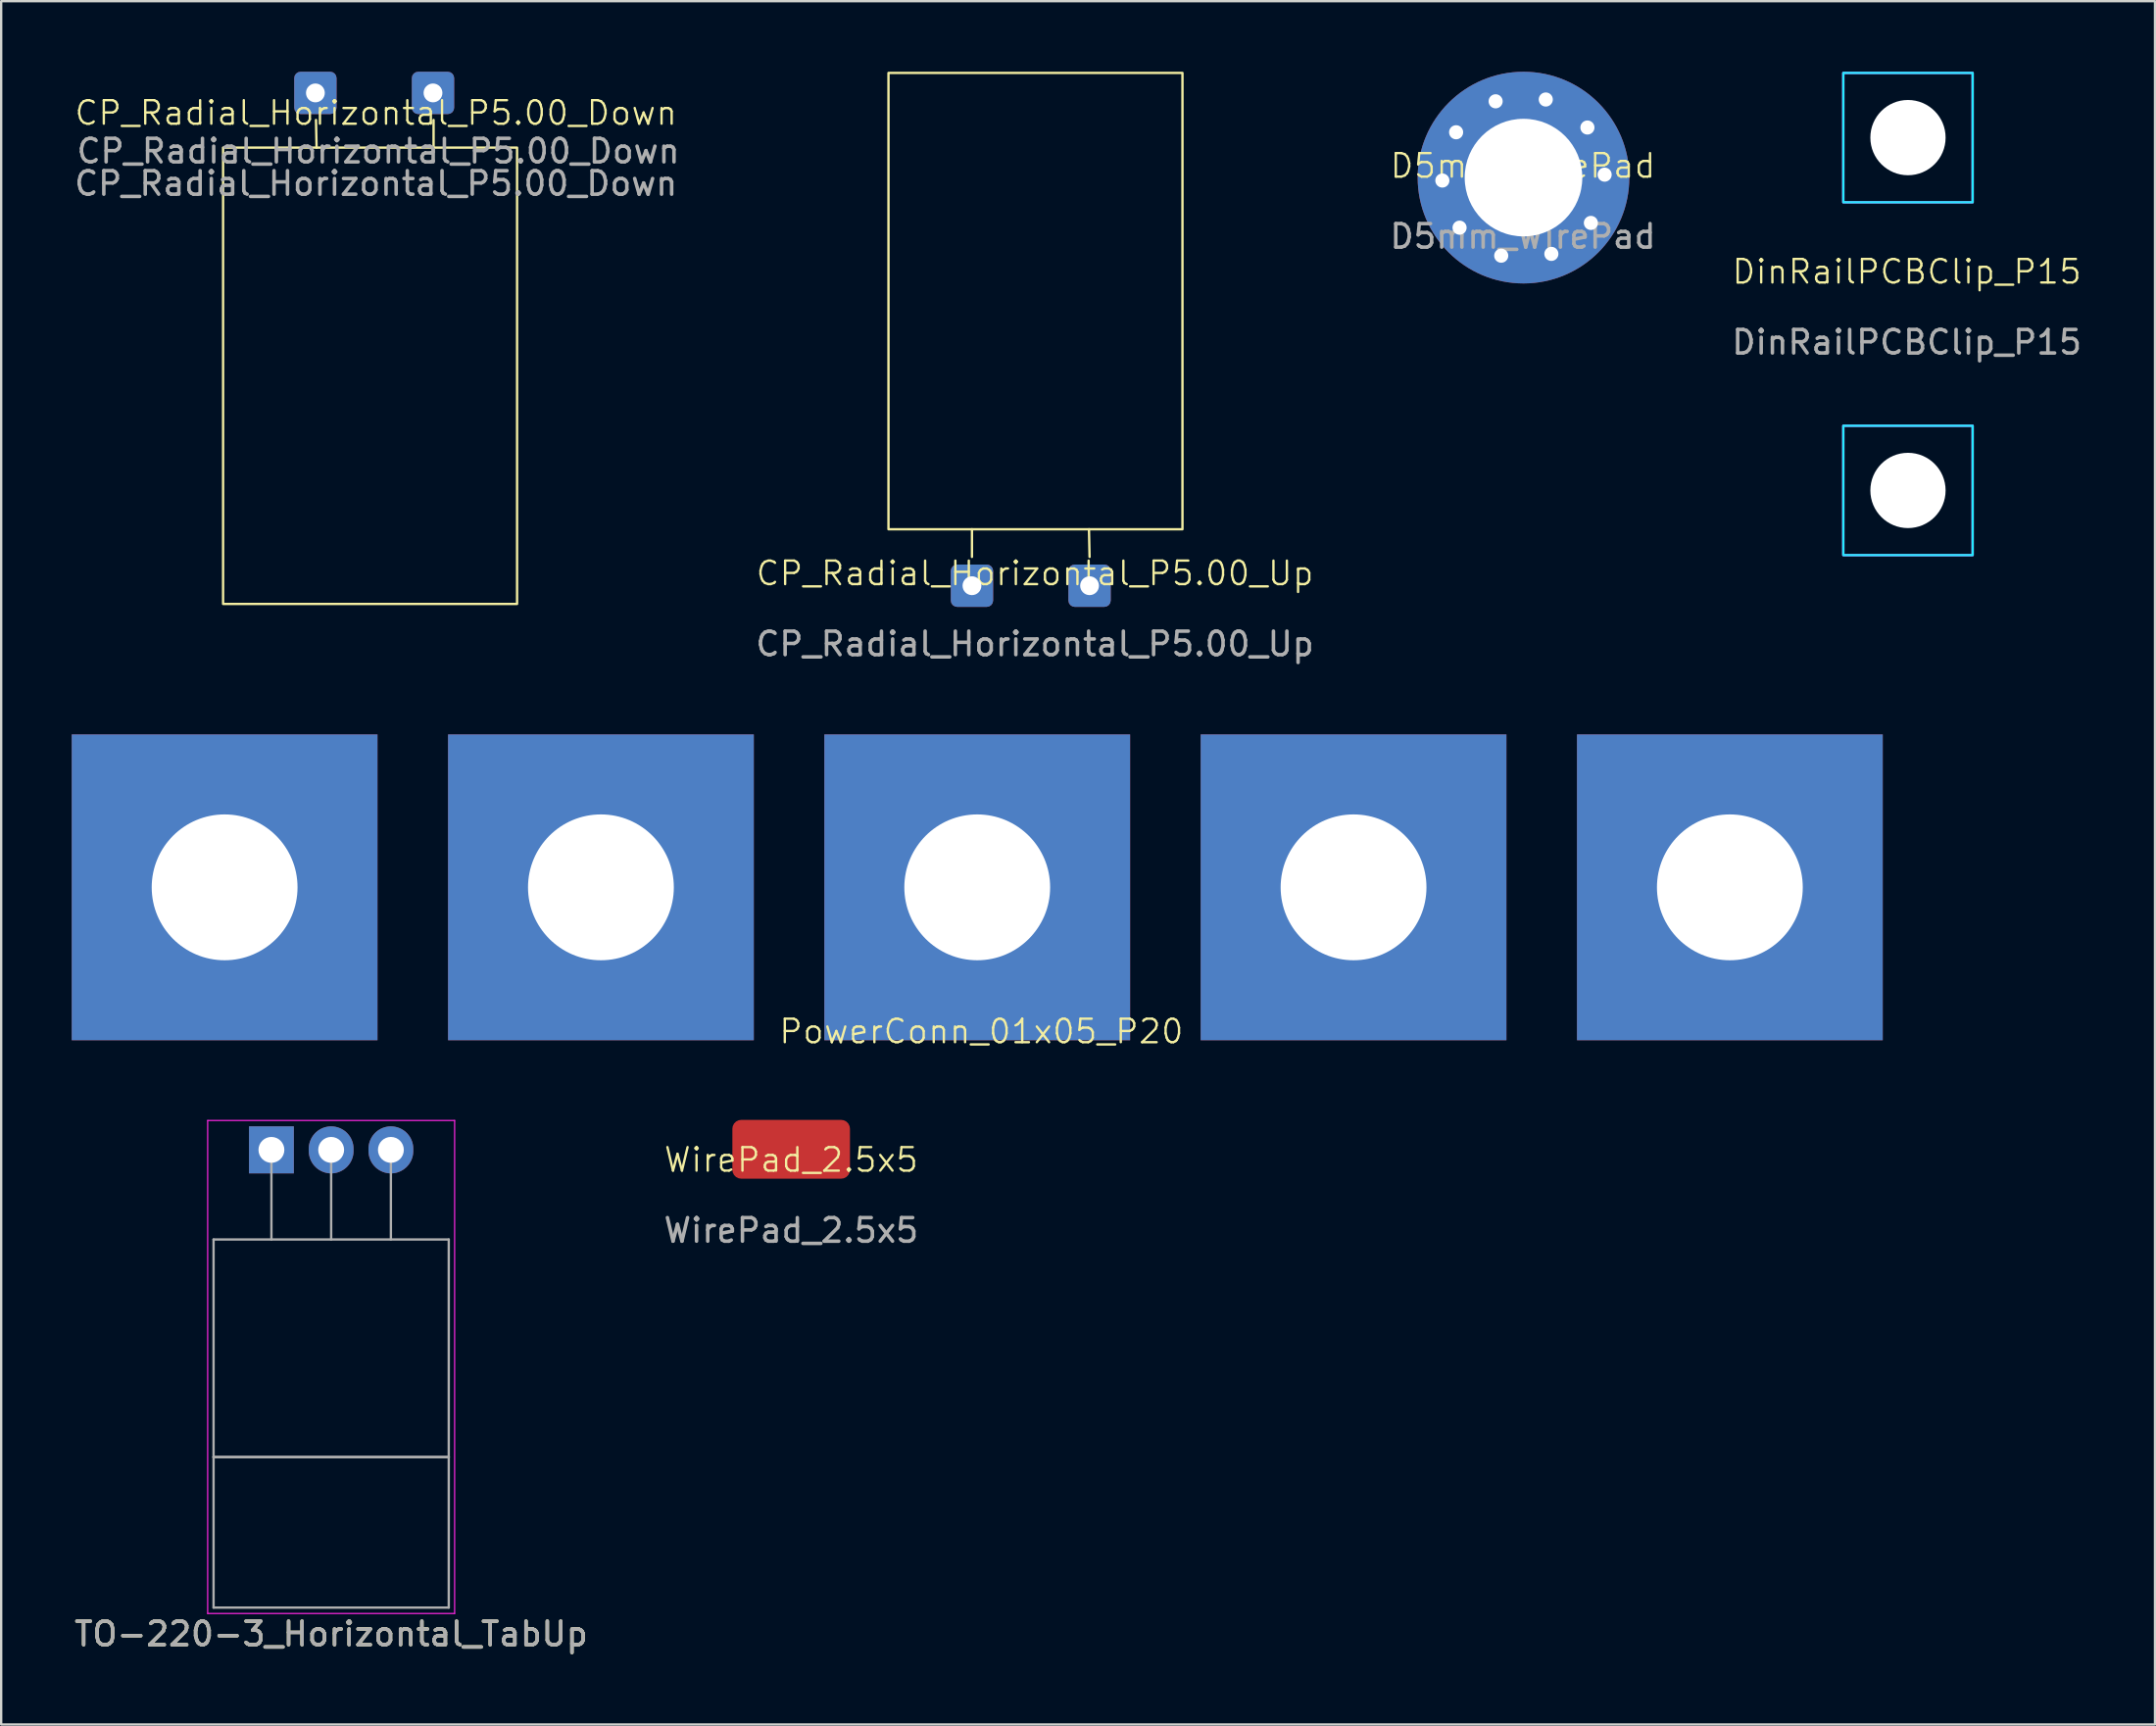
<source format=kicad_pcb>
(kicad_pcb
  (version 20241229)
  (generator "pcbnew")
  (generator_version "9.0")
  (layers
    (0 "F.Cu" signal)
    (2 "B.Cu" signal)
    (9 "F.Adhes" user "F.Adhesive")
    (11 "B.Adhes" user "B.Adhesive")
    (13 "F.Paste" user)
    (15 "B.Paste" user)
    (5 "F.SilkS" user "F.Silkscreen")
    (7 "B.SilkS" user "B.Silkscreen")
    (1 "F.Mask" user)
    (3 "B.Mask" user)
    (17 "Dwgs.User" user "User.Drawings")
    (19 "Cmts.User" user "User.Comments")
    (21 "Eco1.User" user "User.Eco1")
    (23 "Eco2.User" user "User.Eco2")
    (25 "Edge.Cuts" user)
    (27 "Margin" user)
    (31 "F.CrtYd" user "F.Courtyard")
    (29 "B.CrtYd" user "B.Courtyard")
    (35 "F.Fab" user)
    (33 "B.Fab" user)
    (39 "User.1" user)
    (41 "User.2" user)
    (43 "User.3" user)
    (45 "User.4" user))
  (footprint "DinRailPCBClip_P15"
    (layer "F.Cu")
    (at 78.023 9)
    (property "Reference" "DinRailPCBClip_P15" (at 0 -0.5 0) (unlocked yes) (layer "F.SilkS") (effects (font (size 1 1) (thickness 0.1))))
    (attr smd)
    (fp_rect (start -2.7 -8.95) (end 2.8 -3.45) (stroke (width 0.1) (type solid)) (fill no) (layer "B.CrtYd"))
    (fp_rect (start -2.7 6.05) (end 2.8 11.55) (stroke (width 0.1) (type solid)) (fill no) (layer "B.CrtYd"))
    (fp_rect (start -2.7 -8.95) (end 2.8 -3.45) (stroke (width 0.1) (type solid)) (fill no) (layer "F.CrtYd"))
    (fp_rect (start -2.7 6.05) (end 2.8 11.55) (stroke (width 0.1) (type solid)) (fill no) (layer "F.CrtYd"))
    (fp_text user "${REFERENCE}" (at 0 2.5 0) (unlocked yes) (layer "F.Fab") (effects (font (size 1 1) (thickness 0.15))))
    (pad "" np_thru_hole circle (at 0.05 -6.2) (size 3.2 3.2) (drill 3.2) (layers "*.Cu" "*.Mask"))
    (pad "" np_thru_hole circle (at 0.05 8.8) (size 3.2 3.2) (drill 3.2) (layers "*.Cu" "*.Mask")))
  (footprint "TO-220-3_Horizontal_TabUp"
    (layer "F.Cu")
    (at 8.49 45.834)
    (property "Reference" "TO-220-3_Horizontal_TabUp" (at 2.54 20.58 0) (layer "F.SilkS") (effects (font (size 1 1) (thickness 0.15))))
    (attr through_hole)
    (fp_line (start -2.71 -1.25) (end -2.71 19.71) (stroke (width 0.05) (type solid)) (layer "F.CrtYd"))
    (fp_line (start -2.71 19.71) (end 7.79 19.71) (stroke (width 0.05) (type solid)) (layer "F.CrtYd"))
    (fp_line (start 7.79 -1.25) (end -2.71 -1.25) (stroke (width 0.05) (type solid)) (layer "F.CrtYd"))
    (fp_line (start 7.79 19.71) (end 7.79 -1.25) (stroke (width 0.05) (type solid)) (layer "F.CrtYd"))
    (fp_line (start -2.46 3.81) (end -2.46 13.06) (stroke (width 0.1) (type solid)) (layer "F.Fab"))
    (fp_line (start -2.46 13.06) (end -2.46 19.46) (stroke (width 0.1) (type solid)) (layer "F.Fab"))
    (fp_line (start -2.46 13.06) (end 7.54 13.06) (stroke (width 0.1) (type solid)) (layer "F.Fab"))
    (fp_line (start -2.46 19.46) (end 7.54 19.46) (stroke (width 0.1) (type solid)) (layer "F.Fab"))
    (fp_line (start 0 3.81) (end 0 0) (stroke (width 0.1) (type solid)) (layer "F.Fab"))
    (fp_line (start 2.54 3.81) (end 2.54 0) (stroke (width 0.1) (type solid)) (layer "F.Fab"))
    (fp_line (start 5.08 3.81) (end 5.08 0) (stroke (width 0.1) (type solid)) (layer "F.Fab"))
    (fp_line (start 7.54 3.81) (end -2.46 3.81) (stroke (width 0.1) (type solid)) (layer "F.Fab"))
    (fp_line (start 7.54 13.06) (end -2.46 13.06) (stroke (width 0.1) (type solid)) (layer "F.Fab"))
    (fp_line (start 7.54 13.06) (end 7.54 3.81) (stroke (width 0.1) (type solid)) (layer "F.Fab"))
    (fp_line (start 7.54 19.46) (end 7.54 13.06) (stroke (width 0.1) (type solid)) (layer "F.Fab"))
    (fp_text user "${REFERENCE}" (at 2.54 20.58 0) (layer "F.Fab") (effects (font (size 1 1) (thickness 0.15))))
    (pad "1" thru_hole rect (at 0 0) (size 1.905 2) (drill 1.1) (layers "*.Cu" "*.Mask"))
    (pad "2" thru_hole oval (at 2.54 0) (size 1.905 2) (drill 1.1) (layers "*.Cu" "*.Mask"))
    (pad "3" thru_hole oval (at 5.08 0) (size 1.905 2) (drill 1.1) (layers "*.Cu" "*.Mask")))
  (footprint "WirePad_2.5x5"
    (layer "F.Cu")
    (at 30.589 46.759)
    (property "Reference" "WirePad_2.5x5" (at 0 -0.5 0) (unlocked yes) (layer "F.SilkS") (effects (font (size 1 1) (thickness 0.1))))
    (attr smd)
    (fp_text user "${REFERENCE}" (at 0 2.5 0) (unlocked yes) (layer "F.Fab") (effects (font (size 1 1) (thickness 0.15))))
    (pad "1" smd roundrect (at 0 -0.95 90) (size 2.5 5) (layers "F.Cu" "F.Mask" "F.Paste") (roundrect_rratio 0.15)))
  (footprint "D5mm_WirePad"
    (layer "F.Cu")
    (at 61.701 4.5)
    (property "Reference" "D5mm_WirePad" (at 0 -0.5 0) (unlocked yes) (layer "F.SilkS") (effects (font (size 1 1) (thickness 0.1))))
    (attr smd)
    (fp_text user "${REFERENCE}" (at 0 2.5 0) (unlocked yes) (layer "F.Fab") (effects (font (size 1 1) (thickness 0.15))))
    (pad "1" thru_hole circle (at -3.425 0.125) (size 1.2 1.2) (drill 0.6) (layers "*.Cu" "*.Mask"))
    (pad "1" thru_hole circle (at -2.84 -1.927) (size 1.2 1.2) (drill 0.6) (layers "*.Cu" "*.Mask"))
    (pad "1" thru_hole circle (at -2.693 2.129) (size 1.2 1.2) (drill 0.6) (layers "*.Cu" "*.Mask"))
    (pad "1" thru_hole circle (at -1.16 -3.243) (size 1.2 1.2) (drill 0.6) (layers "*.Cu" "*.Mask"))
    (pad "1" thru_hole circle (at -0.922 3.32) (size 1.2 1.2) (drill 0.6) (layers "*.Cu" "*.Mask"))
    (pad "1" thru_hole circle (at 0.025 0) (size 9 9) (drill 5) (layers "*.Cu" "*.Mask"))
    (pad "1" thru_hole circle (at 0.972 -3.32) (size 1.2 1.2) (drill 0.6) (layers "*.Cu" "*.Mask"))
    (pad "1" thru_hole circle (at 1.21 3.243) (size 1.2 1.2) (drill 0.6) (layers "*.Cu" "*.Mask"))
    (pad "1" thru_hole circle (at 2.743 -2.129) (size 1.2 1.2) (drill 0.6) (layers "*.Cu" "*.Mask"))
    (pad "1" thru_hole circle (at 2.89 1.927) (size 1.2 1.2) (drill 0.6) (layers "*.Cu" "*.Mask"))
    (pad "1" thru_hole circle (at 3.475 -0.125) (size 1.2 1.2) (drill 0.6) (layers "*.Cu" "*.Mask")))
  (footprint "PowerConn_01x05_P20"
    (layer "F.Cu")
    (at 38.675 41.298)
    (property "Reference" "PowerConn_01x05_P20" (at 0 -0.5 0) (unlocked yes) (layer "F.SilkS") (effects (font (size 1 1) (thickness 0.1))))
    (attr smd)
    (pad "1" thru_hole rect (at -32.175 -6.625) (size 13 13) (drill 6.2) (layers "*.Cu" "*.Mask"))
    (pad "2" thru_hole rect (at -16.175 -6.625) (size 13 13) (drill 6.2) (layers "*.Cu" "*.Mask"))
    (pad "3" thru_hole rect (at -0.175 -6.625) (size 13 13) (drill 6.2) (layers "*.Cu" "*.Mask"))
    (pad "4" thru_hole rect (at 15.825 -6.625) (size 13 13) (drill 6.2) (layers "*.Cu" "*.Mask"))
    (pad "5" thru_hole rect (at 31.825 -6.625) (size 13 13) (drill 6.2) (layers "*.Cu" "*.Mask")))
  (footprint "CP_Radial_Horizontal_P5.00_Down"
    (layer "F.Cu")
    (at 12.935 2.25)
    (property "Reference" "CP_Radial_Horizontal_P5.00_Down" (at 0 -0.5 0) (unlocked yes) (layer "F.SilkS") (effects (font (size 1 1) (thickness 0.1))))
    (attr smd)
    (fp_line (start -2.525 0.975) (end -2.55 -0.2) (stroke (width 0.1) (type default)) (layer "F.SilkS"))
    (fp_line (start 2.45 0.975) (end 2.45 -0.2) (stroke (width 0.1) (type default)) (layer "F.SilkS"))
    (fp_rect (start -6.5 0.975) (end 6 20.375) (stroke (width 0.1) (type default)) (fill no) (layer "F.SilkS"))
    (fp_text user "${REFERENCE}" (at 0.1 1.125 0) (unlocked yes) (layer "F.Fab") (effects (font (size 1 1) (thickness 0.15))))
    (fp_text user "${REFERENCE}" (at 0 2.5 0) (unlocked yes) (layer "F.Fab") (effects (font (size 1 1) (thickness 0.15))))
    (pad "1" thru_hole roundrect (at -2.575 -1.35) (size 1.8 1.8) (drill 0.8) (layers "*.Cu" "*.Mask") (roundrect_rratio 0.15))
    (pad "2" thru_hole roundrect (at 2.425 -1.35) (size 1.8 1.8) (drill 0.8) (layers "*.Cu" "*.Mask") (roundrect_rratio 0.15)))
  (footprint "CP_Radial_Horizontal_P5.00_Up"
    (layer "F.Cu")
    (at 40.951 21.825)
    (property "Reference" "CP_Radial_Horizontal_P5.00_Up" (at 0 -0.5 0) (unlocked yes) (layer "F.SilkS") (effects (font (size 1 1) (thickness 0.1))))
    (attr smd)
    (fp_line (start -2.675 -2.375) (end -2.675 -1.2) (stroke (width 0.1) (type default)) (layer "F.SilkS"))
    (fp_line (start 2.3 -2.375) (end 2.325 -1.2) (stroke (width 0.1) (type default)) (layer "F.SilkS"))
    (fp_rect (start -6.225 -21.775) (end 6.275 -2.375) (stroke (width 0.1) (type default)) (fill no) (layer "F.SilkS"))
    (fp_text user "${REFERENCE}" (at 0 2.5 0) (unlocked yes) (layer "F.Fab") (effects (font (size 1 1) (thickness 0.15))))
    (pad "1" thru_hole roundrect (at -2.675 0.025) (size 1.8 1.8) (drill 0.8) (layers "*.Cu" "*.Mask") (roundrect_rratio 0.15))
    (pad "2" thru_hole roundrect (at 2.325 0.025) (size 1.8 1.8) (drill 0.8) (layers "*.Cu" "*.Mask") (roundrect_rratio 0.15)))
  (gr_rect
    (start -3 -3)
    (end 88.576 70.262)
    (stroke (width 0.1) (type default))
    (fill no)
    (layer "Edge.Cuts")))
</source>
